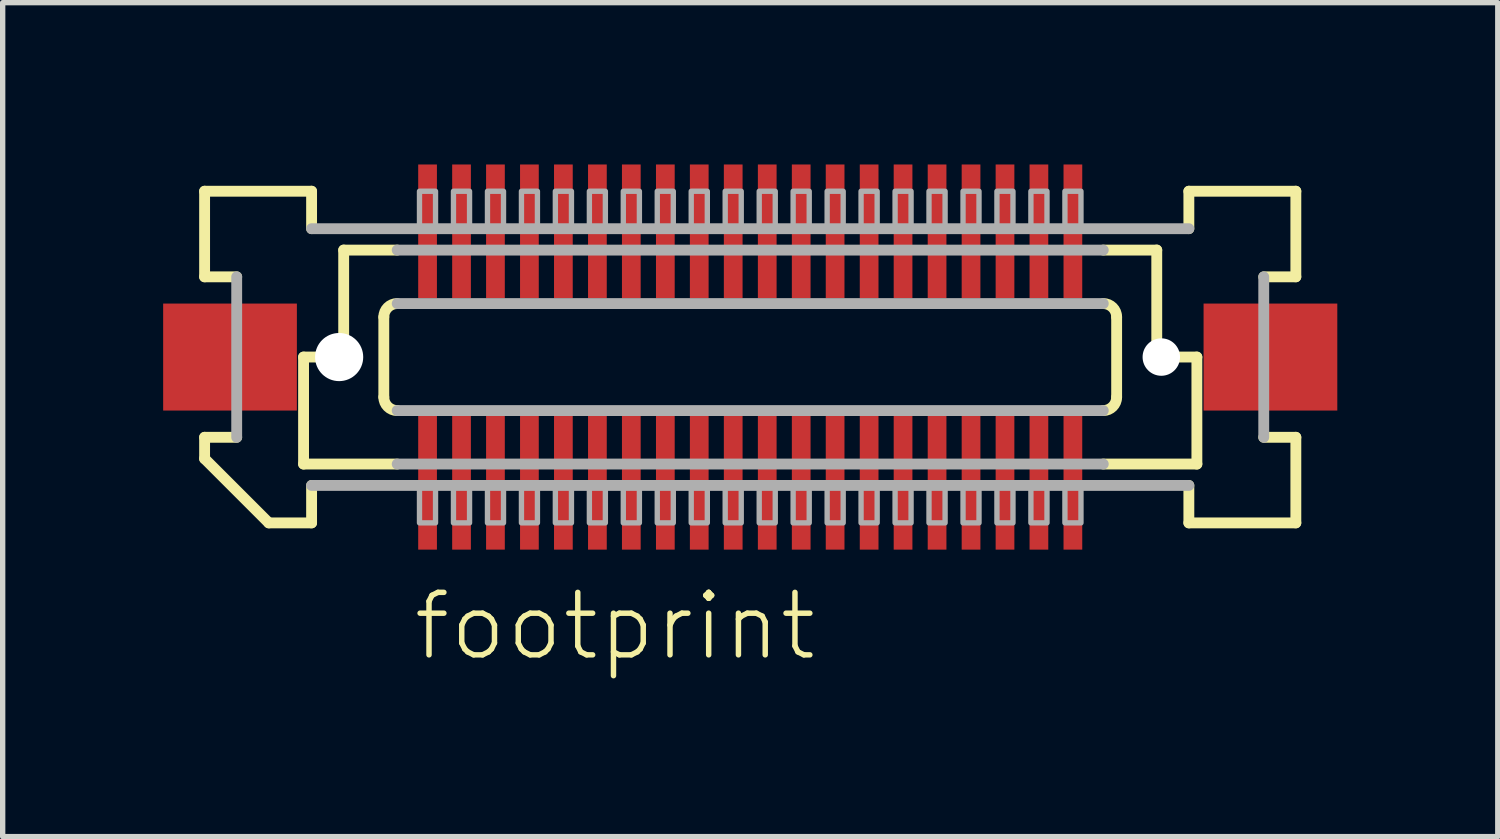
<source format=kicad_pcb>
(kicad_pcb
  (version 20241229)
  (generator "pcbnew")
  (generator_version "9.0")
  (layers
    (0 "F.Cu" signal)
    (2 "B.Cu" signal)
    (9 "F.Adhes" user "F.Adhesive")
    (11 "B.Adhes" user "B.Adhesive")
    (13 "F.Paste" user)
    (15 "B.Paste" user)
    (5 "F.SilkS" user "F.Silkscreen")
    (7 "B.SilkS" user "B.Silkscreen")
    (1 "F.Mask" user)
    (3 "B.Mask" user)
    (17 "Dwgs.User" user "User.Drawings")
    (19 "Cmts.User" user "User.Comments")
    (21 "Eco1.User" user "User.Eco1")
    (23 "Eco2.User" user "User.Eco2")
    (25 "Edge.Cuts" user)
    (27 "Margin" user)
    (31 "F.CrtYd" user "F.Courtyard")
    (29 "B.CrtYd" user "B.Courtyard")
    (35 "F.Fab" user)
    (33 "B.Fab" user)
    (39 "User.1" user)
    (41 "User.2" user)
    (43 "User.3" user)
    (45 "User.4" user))
  (footprint "footprint"
    (layer "F.Cu")
    (at 10.975 3.625)
    (property "Reference" "footprint" (at -6.35 5.715 0) (layer "F.SilkS") (effects (font (size 1.168 1.168) (thickness 0.102)) (justify left bottom)))
    (fp_poly (pts (xy -6.232 3.625) (xy -5.832 3.625) (xy -5.832 1.075) (xy -6.232 1.075)) (stroke (width 0) (type solid)) (fill yes) (layer "F.Mask"))
    (fp_poly (pts (xy -5.832 -3.625) (xy -6.232 -3.625) (xy -6.232 -1.075) (xy -5.832 -1.075)) (stroke (width 0) (type solid)) (fill yes) (layer "F.Mask"))
    (fp_poly (pts (xy -5.598 3.625) (xy -5.197 3.625) (xy -5.197 1.075) (xy -5.598 1.075)) (stroke (width 0) (type solid)) (fill yes) (layer "F.Mask"))
    (fp_poly (pts (xy -5.197 -3.625) (xy -5.598 -3.625) (xy -5.598 -1.075) (xy -5.197 -1.075)) (stroke (width 0) (type solid)) (fill yes) (layer "F.Mask"))
    (fp_poly (pts (xy -4.963 3.625) (xy -4.562 3.625) (xy -4.562 1.075) (xy -4.963 1.075)) (stroke (width 0) (type solid)) (fill yes) (layer "F.Mask"))
    (fp_poly (pts (xy -4.562 -3.625) (xy -4.963 -3.625) (xy -4.963 -1.075) (xy -4.562 -1.075)) (stroke (width 0) (type solid)) (fill yes) (layer "F.Mask"))
    (fp_poly (pts (xy -4.327 3.625) (xy -3.928 3.625) (xy -3.928 1.075) (xy -4.327 1.075)) (stroke (width 0) (type solid)) (fill yes) (layer "F.Mask"))
    (fp_poly (pts (xy -3.928 -3.625) (xy -4.327 -3.625) (xy -4.327 -1.075) (xy -3.928 -1.075)) (stroke (width 0) (type solid)) (fill yes) (layer "F.Mask"))
    (fp_poly (pts (xy -3.692 3.625) (xy -3.292 3.625) (xy -3.292 1.075) (xy -3.692 1.075)) (stroke (width 0) (type solid)) (fill yes) (layer "F.Mask"))
    (fp_poly (pts (xy -3.292 -3.625) (xy -3.692 -3.625) (xy -3.692 -1.075) (xy -3.292 -1.075)) (stroke (width 0) (type solid)) (fill yes) (layer "F.Mask"))
    (fp_poly (pts (xy -3.058 3.625) (xy -2.658 3.625) (xy -2.658 1.075) (xy -3.058 1.075)) (stroke (width 0) (type solid)) (fill yes) (layer "F.Mask"))
    (fp_poly (pts (xy -2.658 -3.625) (xy -3.058 -3.625) (xy -3.058 -1.075) (xy -2.658 -1.075)) (stroke (width 0) (type solid)) (fill yes) (layer "F.Mask"))
    (fp_poly (pts (xy -2.422 3.625) (xy -2.022 3.625) (xy -2.022 1.075) (xy -2.422 1.075)) (stroke (width 0) (type solid)) (fill yes) (layer "F.Mask"))
    (fp_poly (pts (xy -2.022 -3.625) (xy -2.422 -3.625) (xy -2.422 -1.075) (xy -2.022 -1.075)) (stroke (width 0) (type solid)) (fill yes) (layer "F.Mask"))
    (fp_poly (pts (xy -1.788 3.625) (xy -1.387 3.625) (xy -1.387 1.075) (xy -1.788 1.075)) (stroke (width 0) (type solid)) (fill yes) (layer "F.Mask"))
    (fp_poly (pts (xy -1.387 -3.625) (xy -1.788 -3.625) (xy -1.788 -1.075) (xy -1.387 -1.075)) (stroke (width 0) (type solid)) (fill yes) (layer "F.Mask"))
    (fp_poly (pts (xy -1.153 3.625) (xy -0.752 3.625) (xy -0.752 1.075) (xy -1.153 1.075)) (stroke (width 0) (type solid)) (fill yes) (layer "F.Mask"))
    (fp_poly (pts (xy -0.752 -3.625) (xy -1.153 -3.625) (xy -1.153 -1.075) (xy -0.752 -1.075)) (stroke (width 0) (type solid)) (fill yes) (layer "F.Mask"))
    (fp_poly (pts (xy -0.517 3.625) (xy -0.117 3.625) (xy -0.117 1.075) (xy -0.517 1.075)) (stroke (width 0) (type solid)) (fill yes) (layer "F.Mask"))
    (fp_poly (pts (xy -0.117 -3.625) (xy -0.517 -3.625) (xy -0.517 -1.075) (xy -0.117 -1.075)) (stroke (width 0) (type solid)) (fill yes) (layer "F.Mask"))
    (fp_poly (pts (xy 0.117 3.625) (xy 0.517 3.625) (xy 0.517 1.075) (xy 0.117 1.075)) (stroke (width 0) (type solid)) (fill yes) (layer "F.Mask"))
    (fp_poly (pts (xy 0.517 -3.625) (xy 0.117 -3.625) (xy 0.117 -1.075) (xy 0.517 -1.075)) (stroke (width 0) (type solid)) (fill yes) (layer "F.Mask"))
    (fp_poly (pts (xy 0.752 3.625) (xy 1.153 3.625) (xy 1.153 1.075) (xy 0.752 1.075)) (stroke (width 0) (type solid)) (fill yes) (layer "F.Mask"))
    (fp_poly (pts (xy 1.153 -3.625) (xy 0.752 -3.625) (xy 0.752 -1.075) (xy 1.153 -1.075)) (stroke (width 0) (type solid)) (fill yes) (layer "F.Mask"))
    (fp_poly (pts (xy 1.387 3.625) (xy 1.788 3.625) (xy 1.788 1.075) (xy 1.387 1.075)) (stroke (width 0) (type solid)) (fill yes) (layer "F.Mask"))
    (fp_poly (pts (xy 1.788 -3.625) (xy 1.387 -3.625) (xy 1.387 -1.075) (xy 1.788 -1.075)) (stroke (width 0) (type solid)) (fill yes) (layer "F.Mask"))
    (fp_poly (pts (xy 2.022 3.625) (xy 2.422 3.625) (xy 2.422 1.075) (xy 2.022 1.075)) (stroke (width 0) (type solid)) (fill yes) (layer "F.Mask"))
    (fp_poly (pts (xy 2.422 -3.625) (xy 2.022 -3.625) (xy 2.022 -1.075) (xy 2.422 -1.075)) (stroke (width 0) (type solid)) (fill yes) (layer "F.Mask"))
    (fp_poly (pts (xy 2.658 3.625) (xy 3.058 3.625) (xy 3.058 1.075) (xy 2.658 1.075)) (stroke (width 0) (type solid)) (fill yes) (layer "F.Mask"))
    (fp_poly (pts (xy 3.058 -3.625) (xy 2.658 -3.625) (xy 2.658 -1.075) (xy 3.058 -1.075)) (stroke (width 0) (type solid)) (fill yes) (layer "F.Mask"))
    (fp_poly (pts (xy 3.292 3.625) (xy 3.692 3.625) (xy 3.692 1.075) (xy 3.292 1.075)) (stroke (width 0) (type solid)) (fill yes) (layer "F.Mask"))
    (fp_poly (pts (xy 3.692 -3.625) (xy 3.292 -3.625) (xy 3.292 -1.075) (xy 3.692 -1.075)) (stroke (width 0) (type solid)) (fill yes) (layer "F.Mask"))
    (fp_poly (pts (xy 3.928 3.625) (xy 4.327 3.625) (xy 4.327 1.075) (xy 3.928 1.075)) (stroke (width 0) (type solid)) (fill yes) (layer "F.Mask"))
    (fp_poly (pts (xy 4.327 -3.625) (xy 3.928 -3.625) (xy 3.928 -1.075) (xy 4.327 -1.075)) (stroke (width 0) (type solid)) (fill yes) (layer "F.Mask"))
    (fp_poly (pts (xy 4.562 3.625) (xy 4.963 3.625) (xy 4.963 1.075) (xy 4.562 1.075)) (stroke (width 0) (type solid)) (fill yes) (layer "F.Mask"))
    (fp_poly (pts (xy 4.963 -3.625) (xy 4.562 -3.625) (xy 4.562 -1.075) (xy 4.963 -1.075)) (stroke (width 0) (type solid)) (fill yes) (layer "F.Mask"))
    (fp_poly (pts (xy 5.197 3.625) (xy 5.598 3.625) (xy 5.598 1.075) (xy 5.197 1.075)) (stroke (width 0) (type solid)) (fill yes) (layer "F.Mask"))
    (fp_poly (pts (xy 5.598 -3.625) (xy 5.197 -3.625) (xy 5.197 -1.075) (xy 5.598 -1.075)) (stroke (width 0) (type solid)) (fill yes) (layer "F.Mask"))
    (fp_poly (pts (xy 5.832 3.625) (xy 6.232 3.625) (xy 6.232 1.075) (xy 5.832 1.075)) (stroke (width 0) (type solid)) (fill yes) (layer "F.Mask"))
    (fp_poly (pts (xy 6.232 -3.625) (xy 5.832 -3.625) (xy 5.832 -1.075) (xy 6.232 -1.075)) (stroke (width 0) (type solid)) (fill yes) (layer "F.Mask"))
    (fp_line (start -10.2 -3.1) (end -8.2 -3.1) (stroke (width 0.203) (type solid)) (layer "F.SilkS"))
    (fp_line (start -10.2 -1.5) (end -10.2 -3.1) (stroke (width 0.203) (type solid)) (layer "F.SilkS"))
    (fp_line (start -10.2 1.5) (end -9.6 1.5) (stroke (width 0.203) (type solid)) (layer "F.SilkS"))
    (fp_line (start -10.2 1.9) (end -10.2 1.5) (stroke (width 0.203) (type solid)) (layer "F.SilkS"))
    (fp_line (start -9.6 -1.5) (end -10.2 -1.5) (stroke (width 0.203) (type solid)) (layer "F.SilkS"))
    (fp_line (start -9 3.1) (end -10.2 1.9) (stroke (width 0.203) (type solid)) (layer "F.SilkS"))
    (fp_line (start -8.35 0) (end -8.35 2) (stroke (width 0.203) (type solid)) (layer "F.SilkS"))
    (fp_line (start -8.35 2) (end -6.6 2) (stroke (width 0.203) (type solid)) (layer "F.SilkS"))
    (fp_line (start -8.2 -3.1) (end -8.2 -2.4) (stroke (width 0.203) (type solid)) (layer "F.SilkS"))
    (fp_line (start -8.2 2.4) (end -8.2 3.1) (stroke (width 0.203) (type solid)) (layer "F.SilkS"))
    (fp_line (start -8.2 3.1) (end -9 3.1) (stroke (width 0.203) (type solid)) (layer "F.SilkS"))
    (fp_line (start -7.6 -2) (end -7.6 0) (stroke (width 0.203) (type solid)) (layer "F.SilkS"))
    (fp_line (start -7.6 0) (end -8.35 0) (stroke (width 0.203) (type solid)) (layer "F.SilkS"))
    (fp_line (start -6.85 0.75) (end -6.85 -0.75) (stroke (width 0.203) (type solid)) (layer "F.SilkS"))
    (fp_line (start -6.6 -2) (end -7.6 -2) (stroke (width 0.203) (type solid)) (layer "F.SilkS"))
    (fp_line (start 6.6 2) (end 8.35 2) (stroke (width 0.203) (type solid)) (layer "F.SilkS"))
    (fp_line (start 6.85 -0.75) (end 6.85 0.75) (stroke (width 0.203) (type solid)) (layer "F.SilkS"))
    (fp_line (start 7.6 -2) (end 6.6 -2) (stroke (width 0.203) (type solid)) (layer "F.SilkS"))
    (fp_line (start 7.6 -2) (end 7.6 0) (stroke (width 0.203) (type solid)) (layer "F.SilkS"))
    (fp_line (start 8.2 -3.1) (end 10.2 -3.1) (stroke (width 0.203) (type solid)) (layer "F.SilkS"))
    (fp_line (start 8.2 -2.4) (end 8.2 -3.1) (stroke (width 0.203) (type solid)) (layer "F.SilkS"))
    (fp_line (start 8.2 3.1) (end 8.2 2.4) (stroke (width 0.203) (type solid)) (layer "F.SilkS"))
    (fp_line (start 8.35 0) (end 7.6 0) (stroke (width 0.203) (type solid)) (layer "F.SilkS"))
    (fp_line (start 8.35 0) (end 8.35 2) (stroke (width 0.203) (type solid)) (layer "F.SilkS"))
    (fp_line (start 9.6 1.5) (end 10.2 1.5) (stroke (width 0.203) (type solid)) (layer "F.SilkS"))
    (fp_line (start 10.2 -3.1) (end 10.2 -1.5) (stroke (width 0.203) (type solid)) (layer "F.SilkS"))
    (fp_line (start 10.2 -1.5) (end 9.6 -1.5) (stroke (width 0.203) (type solid)) (layer "F.SilkS"))
    (fp_line (start 10.2 1.5) (end 10.2 3.1) (stroke (width 0.203) (type solid)) (layer "F.SilkS"))
    (fp_line (start 10.2 3.1) (end 8.2 3.1) (stroke (width 0.203) (type solid)) (layer "F.SilkS"))
    (fp_arc (start -6.85 -0.75) (mid -6.776777 -0.926777) (end -6.6 -1) (stroke (width 0.2032) (type solid)) (layer "F.SilkS"))
    (fp_arc (start -6.6 1) (mid -6.776777 0.926777) (end -6.85 0.75) (stroke (width 0.2032) (type solid)) (layer "F.SilkS"))
    (fp_arc (start 6.6 -1) (mid 6.776777 -0.926777) (end 6.85 -0.75) (stroke (width 0.2032) (type solid)) (layer "F.SilkS"))
    (fp_arc (start 6.85 0.75) (mid 6.776777 0.926777) (end 6.6 1) (stroke (width 0.2032) (type solid)) (layer "F.SilkS"))
    (fp_line (start -9.6 1.5) (end -9.6 -1.5) (stroke (width 0.203) (type solid)) (layer "F.Fab"))
    (fp_line (start -8.2 -2.4) (end 8.2 -2.4) (stroke (width 0.203) (type solid)) (layer "F.Fab"))
    (fp_line (start -6.6 -1) (end 6.6 -1) (stroke (width 0.203) (type solid)) (layer "F.Fab"))
    (fp_line (start -6.6 2) (end 6.6 2) (stroke (width 0.203) (type solid)) (layer "F.Fab"))
    (fp_line (start 6.6 -2) (end -6.6 -2) (stroke (width 0.203) (type solid)) (layer "F.Fab"))
    (fp_line (start 6.6 1) (end -6.6 1) (stroke (width 0.203) (type solid)) (layer "F.Fab"))
    (fp_line (start 8.2 2.4) (end -8.2 2.4) (stroke (width 0.203) (type solid)) (layer "F.Fab"))
    (fp_line (start 9.6 -1.5) (end 9.6 1.5) (stroke (width 0.203) (type solid)) (layer "F.Fab"))
    (fp_poly (pts (xy -6.183 3.1) (xy -5.883 3.1) (xy -5.883 2.375) (xy -6.183 2.375)) (stroke (width 0.1) (type solid)) (fill no) (layer "F.Fab"))
    (fp_poly (pts (xy -5.883 -3.1) (xy -6.183 -3.1) (xy -6.183 -2.375) (xy -5.883 -2.375)) (stroke (width 0.1) (type solid)) (fill no) (layer "F.Fab"))
    (fp_poly (pts (xy -5.548 3.1) (xy -5.247 3.1) (xy -5.247 2.375) (xy -5.548 2.375)) (stroke (width 0.1) (type solid)) (fill no) (layer "F.Fab"))
    (fp_poly (pts (xy -5.247 -3.1) (xy -5.548 -3.1) (xy -5.548 -2.375) (xy -5.247 -2.375)) (stroke (width 0.1) (type solid)) (fill no) (layer "F.Fab"))
    (fp_poly (pts (xy -4.912 3.1) (xy -4.612 3.1) (xy -4.612 2.375) (xy -4.912 2.375)) (stroke (width 0.1) (type solid)) (fill no) (layer "F.Fab"))
    (fp_poly (pts (xy -4.612 -3.1) (xy -4.912 -3.1) (xy -4.912 -2.375) (xy -4.612 -2.375)) (stroke (width 0.1) (type solid)) (fill no) (layer "F.Fab"))
    (fp_poly (pts (xy -4.277 3.1) (xy -3.978 3.1) (xy -3.978 2.375) (xy -4.277 2.375)) (stroke (width 0.1) (type solid)) (fill no) (layer "F.Fab"))
    (fp_poly (pts (xy -3.978 -3.1) (xy -4.277 -3.1) (xy -4.277 -2.375) (xy -3.978 -2.375)) (stroke (width 0.1) (type solid)) (fill no) (layer "F.Fab"))
    (fp_poly (pts (xy -3.643 3.1) (xy -3.342 3.1) (xy -3.342 2.375) (xy -3.643 2.375)) (stroke (width 0.1) (type solid)) (fill no) (layer "F.Fab"))
    (fp_poly (pts (xy -3.342 -3.1) (xy -3.643 -3.1) (xy -3.643 -2.375) (xy -3.342 -2.375)) (stroke (width 0.1) (type solid)) (fill no) (layer "F.Fab"))
    (fp_poly (pts (xy -3.007 3.1) (xy -2.708 3.1) (xy -2.708 2.375) (xy -3.007 2.375)) (stroke (width 0.1) (type solid)) (fill no) (layer "F.Fab"))
    (fp_poly (pts (xy -2.708 -3.1) (xy -3.007 -3.1) (xy -3.007 -2.375) (xy -2.708 -2.375)) (stroke (width 0.1) (type solid)) (fill no) (layer "F.Fab"))
    (fp_poly (pts (xy -2.373 3.1) (xy -2.072 3.1) (xy -2.072 2.375) (xy -2.373 2.375)) (stroke (width 0.1) (type solid)) (fill no) (layer "F.Fab"))
    (fp_poly (pts (xy -2.072 -3.1) (xy -2.373 -3.1) (xy -2.373 -2.375) (xy -2.072 -2.375)) (stroke (width 0.1) (type solid)) (fill no) (layer "F.Fab"))
    (fp_poly (pts (xy -1.738 3.1) (xy -1.438 3.1) (xy -1.438 2.375) (xy -1.738 2.375)) (stroke (width 0.1) (type solid)) (fill no) (layer "F.Fab"))
    (fp_poly (pts (xy -1.438 -3.1) (xy -1.738 -3.1) (xy -1.738 -2.375) (xy -1.438 -2.375)) (stroke (width 0.1) (type solid)) (fill no) (layer "F.Fab"))
    (fp_poly (pts (xy -1.103 3.1) (xy -0.802 3.1) (xy -0.802 2.375) (xy -1.103 2.375)) (stroke (width 0.1) (type solid)) (fill no) (layer "F.Fab"))
    (fp_poly (pts (xy -0.802 -3.1) (xy -1.103 -3.1) (xy -1.103 -2.375) (xy -0.802 -2.375)) (stroke (width 0.1) (type solid)) (fill no) (layer "F.Fab"))
    (fp_poly (pts (xy -0.468 3.1) (xy -0.168 3.1) (xy -0.168 2.375) (xy -0.468 2.375)) (stroke (width 0.1) (type solid)) (fill no) (layer "F.Fab"))
    (fp_poly (pts (xy -0.168 -3.1) (xy -0.468 -3.1) (xy -0.468 -2.375) (xy -0.168 -2.375)) (stroke (width 0.1) (type solid)) (fill no) (layer "F.Fab"))
    (fp_poly (pts (xy 0.168 3.1) (xy 0.468 3.1) (xy 0.468 2.375) (xy 0.168 2.375)) (stroke (width 0.1) (type solid)) (fill no) (layer "F.Fab"))
    (fp_poly (pts (xy 0.468 -3.1) (xy 0.168 -3.1) (xy 0.168 -2.375) (xy 0.468 -2.375)) (stroke (width 0.1) (type solid)) (fill no) (layer "F.Fab"))
    (fp_poly (pts (xy 0.802 3.1) (xy 1.103 3.1) (xy 1.103 2.375) (xy 0.802 2.375)) (stroke (width 0.1) (type solid)) (fill no) (layer "F.Fab"))
    (fp_poly (pts (xy 1.103 -3.1) (xy 0.802 -3.1) (xy 0.802 -2.375) (xy 1.103 -2.375)) (stroke (width 0.1) (type solid)) (fill no) (layer "F.Fab"))
    (fp_poly (pts (xy 1.438 3.1) (xy 1.738 3.1) (xy 1.738 2.375) (xy 1.438 2.375)) (stroke (width 0.1) (type solid)) (fill no) (layer "F.Fab"))
    (fp_poly (pts (xy 1.738 -3.1) (xy 1.438 -3.1) (xy 1.438 -2.375) (xy 1.738 -2.375)) (stroke (width 0.1) (type solid)) (fill no) (layer "F.Fab"))
    (fp_poly (pts (xy 2.072 3.1) (xy 2.373 3.1) (xy 2.373 2.375) (xy 2.072 2.375)) (stroke (width 0.1) (type solid)) (fill no) (layer "F.Fab"))
    (fp_poly (pts (xy 2.373 -3.1) (xy 2.072 -3.1) (xy 2.072 -2.375) (xy 2.373 -2.375)) (stroke (width 0.1) (type solid)) (fill no) (layer "F.Fab"))
    (fp_poly (pts (xy 2.708 3.1) (xy 3.007 3.1) (xy 3.007 2.375) (xy 2.708 2.375)) (stroke (width 0.1) (type solid)) (fill no) (layer "F.Fab"))
    (fp_poly (pts (xy 3.007 -3.1) (xy 2.708 -3.1) (xy 2.708 -2.375) (xy 3.007 -2.375)) (stroke (width 0.1) (type solid)) (fill no) (layer "F.Fab"))
    (fp_poly (pts (xy 3.342 3.1) (xy 3.643 3.1) (xy 3.643 2.375) (xy 3.342 2.375)) (stroke (width 0.1) (type solid)) (fill no) (layer "F.Fab"))
    (fp_poly (pts (xy 3.643 -3.1) (xy 3.342 -3.1) (xy 3.342 -2.375) (xy 3.643 -2.375)) (stroke (width 0.1) (type solid)) (fill no) (layer "F.Fab"))
    (fp_poly (pts (xy 3.978 3.1) (xy 4.277 3.1) (xy 4.277 2.375) (xy 3.978 2.375)) (stroke (width 0.1) (type solid)) (fill no) (layer "F.Fab"))
    (fp_poly (pts (xy 4.277 -3.1) (xy 3.978 -3.1) (xy 3.978 -2.375) (xy 4.277 -2.375)) (stroke (width 0.1) (type solid)) (fill no) (layer "F.Fab"))
    (fp_poly (pts (xy 4.612 3.1) (xy 4.912 3.1) (xy 4.912 2.375) (xy 4.612 2.375)) (stroke (width 0.1) (type solid)) (fill no) (layer "F.Fab"))
    (fp_poly (pts (xy 4.912 -3.1) (xy 4.612 -3.1) (xy 4.612 -2.375) (xy 4.912 -2.375)) (stroke (width 0.1) (type solid)) (fill no) (layer "F.Fab"))
    (fp_poly (pts (xy 5.247 3.1) (xy 5.548 3.1) (xy 5.548 2.375) (xy 5.247 2.375)) (stroke (width 0.1) (type solid)) (fill no) (layer "F.Fab"))
    (fp_poly (pts (xy 5.548 -3.1) (xy 5.247 -3.1) (xy 5.247 -2.375) (xy 5.548 -2.375)) (stroke (width 0.1) (type solid)) (fill no) (layer "F.Fab"))
    (fp_poly (pts (xy 5.883 3.1) (xy 6.183 3.1) (xy 6.183 2.375) (xy 5.883 2.375)) (stroke (width 0.1) (type solid)) (fill no) (layer "F.Fab"))
    (fp_poly (pts (xy 6.183 -3.1) (xy 5.883 -3.1) (xy 5.883 -2.375) (xy 6.183 -2.375)) (stroke (width 0.1) (type solid)) (fill no) (layer "F.Fab"))
    (pad "" np_thru_hole circle (at -7.685 0) (size 0.9 0.9) (drill 0.9) (layers "*.Cu" "*.Mask"))
    (pad "" np_thru_hole circle (at 7.685 0) (size 0.7 0.7) (drill 0.7) (layers "*.Cu" "*.Mask"))
    (pad "1" smd rect (at -6.032 2.35) (size 0.35 2.5) (layers "F.Cu" "F.Paste"))
    (pad "2" smd rect (at -6.032 -2.35 180) (size 0.35 2.5) (layers "F.Cu" "F.Paste"))
    (pad "3" smd rect (at -5.397 2.35) (size 0.35 2.5) (layers "F.Cu" "F.Paste"))
    (pad "4" smd rect (at -5.397 -2.35 180) (size 0.35 2.5) (layers "F.Cu" "F.Paste"))
    (pad "5" smd rect (at -4.763 2.35) (size 0.35 2.5) (layers "F.Cu" "F.Paste"))
    (pad "6" smd rect (at -4.763 -2.35 180) (size 0.35 2.5) (layers "F.Cu" "F.Paste"))
    (pad "7" smd rect (at -4.128 2.35) (size 0.35 2.5) (layers "F.Cu" "F.Paste"))
    (pad "8" smd rect (at -4.128 -2.35 180) (size 0.35 2.5) (layers "F.Cu" "F.Paste"))
    (pad "9" smd rect (at -3.493 2.35) (size 0.35 2.5) (layers "F.Cu" "F.Paste"))
    (pad "10" smd rect (at -3.493 -2.35 180) (size 0.35 2.5) (layers "F.Cu" "F.Paste"))
    (pad "11" smd rect (at -2.857 2.35) (size 0.35 2.5) (layers "F.Cu" "F.Paste"))
    (pad "12" smd rect (at -2.857 -2.35 180) (size 0.35 2.5) (layers "F.Cu" "F.Paste"))
    (pad "13" smd rect (at -2.223 2.35) (size 0.35 2.5) (layers "F.Cu" "F.Paste"))
    (pad "14" smd rect (at -2.223 -2.35 180) (size 0.35 2.5) (layers "F.Cu" "F.Paste"))
    (pad "15" smd rect (at -1.587 2.35) (size 0.35 2.5) (layers "F.Cu" "F.Paste"))
    (pad "16" smd rect (at -1.587 -2.35 180) (size 0.35 2.5) (layers "F.Cu" "F.Paste"))
    (pad "17" smd rect (at -0.953 2.35) (size 0.35 2.5) (layers "F.Cu" "F.Paste"))
    (pad "18" smd rect (at -0.953 -2.35 180) (size 0.35 2.5) (layers "F.Cu" "F.Paste"))
    (pad "19" smd rect (at -0.318 2.35) (size 0.35 2.5) (layers "F.Cu" "F.Paste"))
    (pad "20" smd rect (at -0.318 -2.35 180) (size 0.35 2.5) (layers "F.Cu" "F.Paste"))
    (pad "21" smd rect (at 0.318 2.35) (size 0.35 2.5) (layers "F.Cu" "F.Paste"))
    (pad "22" smd rect (at 0.318 -2.35 180) (size 0.35 2.5) (layers "F.Cu" "F.Paste"))
    (pad "23" smd rect (at 0.953 2.35) (size 0.35 2.5) (layers "F.Cu" "F.Paste"))
    (pad "24" smd rect (at 0.953 -2.35 180) (size 0.35 2.5) (layers "F.Cu" "F.Paste"))
    (pad "25" smd rect (at 1.587 2.35) (size 0.35 2.5) (layers "F.Cu" "F.Paste"))
    (pad "26" smd rect (at 1.587 -2.35 180) (size 0.35 2.5) (layers "F.Cu" "F.Paste"))
    (pad "27" smd rect (at 2.223 2.35) (size 0.35 2.5) (layers "F.Cu" "F.Paste"))
    (pad "28" smd rect (at 2.223 -2.35 180) (size 0.35 2.5) (layers "F.Cu" "F.Paste"))
    (pad "29" smd rect (at 2.857 2.35) (size 0.35 2.5) (layers "F.Cu" "F.Paste"))
    (pad "30" smd rect (at 2.857 -2.35 180) (size 0.35 2.5) (layers "F.Cu" "F.Paste"))
    (pad "31" smd rect (at 3.493 2.35) (size 0.35 2.5) (layers "F.Cu" "F.Paste"))
    (pad "32" smd rect (at 3.493 -2.35 180) (size 0.35 2.5) (layers "F.Cu" "F.Paste"))
    (pad "33" smd rect (at 4.128 2.35) (size 0.35 2.5) (layers "F.Cu" "F.Paste"))
    (pad "34" smd rect (at 4.128 -2.35 180) (size 0.35 2.5) (layers "F.Cu" "F.Paste"))
    (pad "35" smd rect (at 4.763 2.35) (size 0.35 2.5) (layers "F.Cu" "F.Paste"))
    (pad "36" smd rect (at 4.763 -2.35 180) (size 0.35 2.5) (layers "F.Cu" "F.Paste"))
    (pad "37" smd rect (at 5.397 2.35) (size 0.35 2.5) (layers "F.Cu" "F.Paste"))
    (pad "38" smd rect (at 5.397 -2.35 180) (size 0.35 2.5) (layers "F.Cu" "F.Paste"))
    (pad "39" smd rect (at 6.032 2.35) (size 0.35 2.5) (layers "F.Cu" "F.Paste"))
    (pad "40" smd rect (at 6.032 -2.35 180) (size 0.35 2.5) (layers "F.Cu" "F.Paste"))
    (pad "M1" smd rect (at -9.725 0) (size 2.5 2) (layers "F.Cu" "F.Mask" "F.Paste"))
    (pad "M2" smd rect (at 9.725 0 180) (size 2.5 2) (layers "F.Cu" "F.Mask" "F.Paste")))
  (gr_rect
    (start -3 -3)
    (end 24.95 12.59)
    (stroke (width 0.1) (type default))
    (fill no)
    (layer "Edge.Cuts")))
</source>
